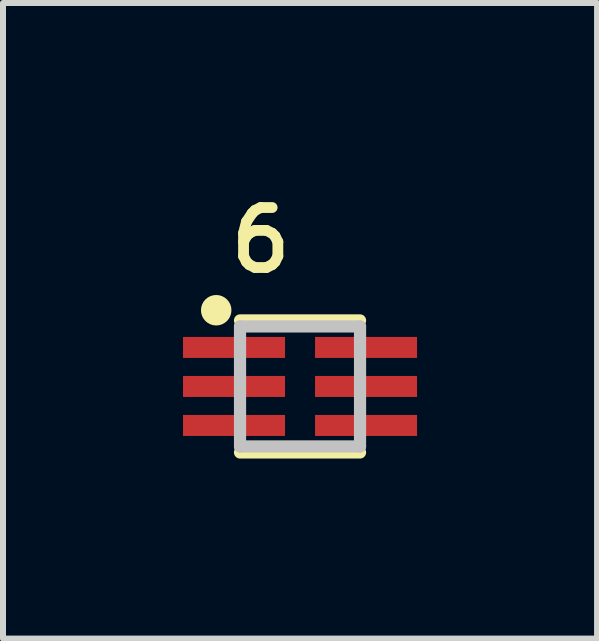
<source format=kicad_pcb>
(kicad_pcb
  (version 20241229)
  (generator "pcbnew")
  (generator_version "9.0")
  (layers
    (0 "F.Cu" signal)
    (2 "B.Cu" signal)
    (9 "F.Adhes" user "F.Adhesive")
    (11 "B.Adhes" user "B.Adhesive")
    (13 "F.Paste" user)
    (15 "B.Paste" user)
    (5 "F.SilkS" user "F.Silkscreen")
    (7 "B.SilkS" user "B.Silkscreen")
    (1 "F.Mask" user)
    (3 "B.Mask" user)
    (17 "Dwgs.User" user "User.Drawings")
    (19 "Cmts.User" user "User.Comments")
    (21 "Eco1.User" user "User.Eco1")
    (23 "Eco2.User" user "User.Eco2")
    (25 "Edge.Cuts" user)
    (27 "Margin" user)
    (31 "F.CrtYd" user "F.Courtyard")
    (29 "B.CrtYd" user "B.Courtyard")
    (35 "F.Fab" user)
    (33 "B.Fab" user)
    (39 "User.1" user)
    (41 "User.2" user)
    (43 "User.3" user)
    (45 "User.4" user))
  (footprint "6"
    (layer "F.Cu")
    (at 1.95 3.39)
    (property "Reference" "6" (at -1.25 -1.85 0) (layer "F.SilkS") (effects (font (size 1 1) (thickness 0.18)) (justify left bottom)))
    (attr through_hole)
    (fp_line (start -1 -1.1) (end 1 -1.1) (stroke (width 0.203) (type solid)) (layer "F.SilkS"))
    (fp_line (start 1 1.1) (end -1 1.1) (stroke (width 0.203) (type solid)) (layer "F.SilkS"))
    (fp_circle (center -1.397 -1.27) (end -1.27 -1.27) (stroke (width 0.254) (type solid)) (fill no) (layer "F.SilkS"))
    (fp_line (start -1 -1) (end -1 1) (stroke (width 0.203) (type solid)) (layer "Dwgs.User"))
    (fp_line (start -1 -1) (end 1 -1) (stroke (width 0.203) (type solid)) (layer "Dwgs.User"))
    (fp_line (start -1 1) (end 1 1) (stroke (width 0.203) (type solid)) (layer "Dwgs.User"))
    (fp_line (start 1 -1) (end 1 1) (stroke (width 0.203) (type solid)) (layer "Dwgs.User"))
    (pad "1" smd rect (at -1.1 -0.65) (size 1.7 0.35) (layers "F.Cu" "F.Mask" "F.Paste"))
    (pad "2" smd rect (at -1.1 0) (size 1.7 0.35) (layers "F.Cu" "F.Mask" "F.Paste"))
    (pad "3" smd rect (at -1.1 0.65) (size 1.7 0.35) (layers "F.Cu" "F.Mask" "F.Paste"))
    (pad "4" smd rect (at 1.1 0.65) (size 1.7 0.35) (layers "F.Cu" "F.Mask" "F.Paste"))
    (pad "5" smd rect (at 1.1 0) (size 1.7 0.35) (layers "F.Cu" "F.Mask" "F.Paste"))
    (pad "6" smd rect (at 1.1 -0.65) (size 1.7 0.35) (layers "F.Cu" "F.Mask" "F.Paste")))
  (gr_rect
    (start -3 -3)
    (end 6.9 7.592)
    (stroke (width 0.1) (type default))
    (fill no)
    (layer "Edge.Cuts")))
</source>
